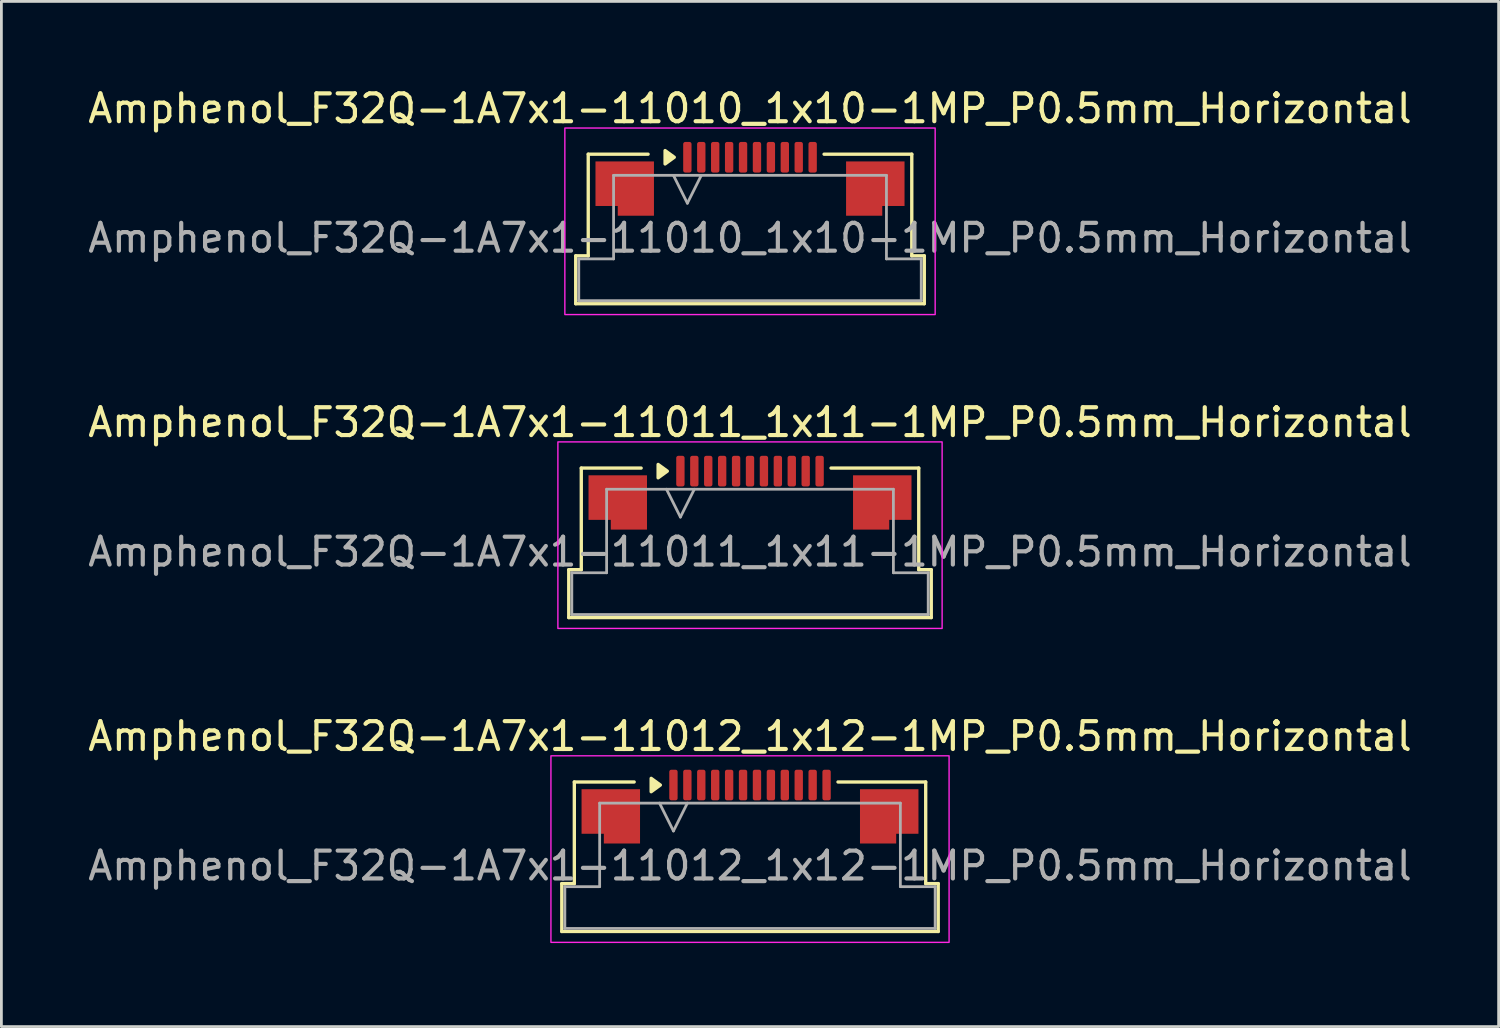
<source format=kicad_pcb>
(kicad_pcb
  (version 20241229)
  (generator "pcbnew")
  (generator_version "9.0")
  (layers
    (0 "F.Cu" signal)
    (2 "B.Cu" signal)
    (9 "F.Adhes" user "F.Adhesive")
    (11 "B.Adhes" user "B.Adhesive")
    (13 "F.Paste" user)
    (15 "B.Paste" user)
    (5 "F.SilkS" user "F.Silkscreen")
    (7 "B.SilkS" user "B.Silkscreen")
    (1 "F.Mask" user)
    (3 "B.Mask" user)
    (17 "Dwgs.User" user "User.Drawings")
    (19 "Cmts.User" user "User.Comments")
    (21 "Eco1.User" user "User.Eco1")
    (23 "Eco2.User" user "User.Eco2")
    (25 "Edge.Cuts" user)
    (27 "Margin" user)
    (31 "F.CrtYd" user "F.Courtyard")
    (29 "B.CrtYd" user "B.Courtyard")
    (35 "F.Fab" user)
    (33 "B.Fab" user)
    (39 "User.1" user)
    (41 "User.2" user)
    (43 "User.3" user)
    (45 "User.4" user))
  (footprint "Amphenol_F32Q-1A7x1-11010_1x10-1MP_P0.5mm_Horizontal"
    (layer "F.Cu")
    (at 23.887 5.498)
    (property "Reference" "Amphenol_F32Q-1A7x1-11010_1x10-1MP_P0.5mm_Horizontal" (at 0 -4.65 0) (layer "F.SilkS") (effects (font (size 1 1) (thickness 0.15))))
    (attr smd)
    (fp_line (start -6.26 0.64) (end -5.81 0.64) (stroke (width 0.12) (type solid)) (layer "F.SilkS"))
    (fp_line (start -6.26 2.36) (end -6.26 0.64) (stroke (width 0.12) (type solid)) (layer "F.SilkS"))
    (fp_line (start -5.81 -3.01) (end -3.66 -3.01) (stroke (width 0.12) (type solid)) (layer "F.SilkS"))
    (fp_line (start -5.81 0.64) (end -5.81 -3.01) (stroke (width 0.12) (type solid)) (layer "F.SilkS"))
    (fp_line (start 2.66 -3.01) (end 5.81 -3.01) (stroke (width 0.12) (type solid)) (layer "F.SilkS"))
    (fp_line (start 5.81 -3.01) (end 5.81 0.64) (stroke (width 0.12) (type solid)) (layer "F.SilkS"))
    (fp_line (start 5.81 0.64) (end 6.26 0.64) (stroke (width 0.12) (type solid)) (layer "F.SilkS"))
    (fp_line (start 6.26 0.64) (end 6.26 2.36) (stroke (width 0.12) (type solid)) (layer "F.SilkS"))
    (fp_line (start 6.26 2.36) (end -6.26 2.36) (stroke (width 0.12) (type solid)) (layer "F.SilkS"))
    (fp_poly (pts (xy -2.72 -2.9) (xy -3.05 -2.66) (xy -3.05 -3.14)) (stroke (width 0.12) (type solid)) (fill yes) (layer "F.SilkS"))
    (fp_rect (start -6.65 -3.95) (end 6.65 2.75) (stroke (width 0.05) (type solid)) (fill no) (layer "F.CrtYd"))
    (fp_line (start -6.15 0.75) (end -4.9 0.75) (stroke (width 0.1) (type solid)) (layer "F.Fab"))
    (fp_line (start -6.15 2.25) (end -6.15 0.75) (stroke (width 0.1) (type solid)) (layer "F.Fab"))
    (fp_line (start -4.9 -2.25) (end 4.9 -2.25) (stroke (width 0.1) (type solid)) (layer "F.Fab"))
    (fp_line (start -4.9 0.75) (end -4.9 -2.25) (stroke (width 0.1) (type solid)) (layer "F.Fab"))
    (fp_line (start -2.75 -2.25) (end -2.25 -1.25) (stroke (width 0.1) (type solid)) (layer "F.Fab"))
    (fp_line (start -2.25 -1.25) (end -1.75 -2.25) (stroke (width 0.1) (type solid)) (layer "F.Fab"))
    (fp_line (start 4.9 -2.25) (end 4.9 0.75) (stroke (width 0.1) (type solid)) (layer "F.Fab"))
    (fp_line (start 4.9 0.75) (end 6.15 0.75) (stroke (width 0.1) (type solid)) (layer "F.Fab"))
    (fp_line (start 6.15 0.75) (end 6.15 2.25) (stroke (width 0.1) (type solid)) (layer "F.Fab"))
    (fp_line (start 6.15 2.25) (end -6.15 2.25) (stroke (width 0.1) (type solid)) (layer "F.Fab"))
    (fp_text user "${REFERENCE}" (at 0 0 0) (layer "F.Fab") (effects (font (size 1 1) (thickness 0.15))))
    (pad "1" smd roundrect (at -2.25 -2.9) (size 0.3 1.1) (layers "F.Cu" "F.Mask" "F.Paste") (roundrect_rratio 0.25))
    (pad "2" smd roundrect (at -1.75 -2.9) (size 0.3 1.1) (layers "F.Cu" "F.Mask" "F.Paste") (roundrect_rratio 0.25))
    (pad "3" smd roundrect (at -1.25 -2.9) (size 0.3 1.1) (layers "F.Cu" "F.Mask" "F.Paste") (roundrect_rratio 0.25))
    (pad "4" smd roundrect (at -0.75 -2.9) (size 0.3 1.1) (layers "F.Cu" "F.Mask" "F.Paste") (roundrect_rratio 0.25))
    (pad "5" smd roundrect (at -0.25 -2.9) (size 0.3 1.1) (layers "F.Cu" "F.Mask" "F.Paste") (roundrect_rratio 0.25))
    (pad "6" smd roundrect (at 0.25 -2.9) (size 0.3 1.1) (layers "F.Cu" "F.Mask" "F.Paste") (roundrect_rratio 0.25))
    (pad "7" smd roundrect (at 0.75 -2.9) (size 0.3 1.1) (layers "F.Cu" "F.Mask" "F.Paste") (roundrect_rratio 0.25))
    (pad "8" smd roundrect (at 1.25 -2.9) (size 0.3 1.1) (layers "F.Cu" "F.Mask" "F.Paste") (roundrect_rratio 0.25))
    (pad "9" smd roundrect (at 1.75 -2.9) (size 0.3 1.1) (layers "F.Cu" "F.Mask" "F.Paste") (roundrect_rratio 0.25))
    (pad "10" smd roundrect (at 2.25 -2.9) (size 0.3 1.1) (layers "F.Cu" "F.Mask" "F.Paste") (roundrect_rratio 0.25))
    (pad "MP" smd custom (at -4.5 -1.775) (size 1 1) (layers "F.Cu" "F.Mask" "F.Paste") (options (anchor circle)) (primitives (gr_poly (pts (xy 1.05 -0.975) (xy 1.05 0.975) (xy -0.25 0.975) (xy -0.25 0.625) (xy -1.05 0.625) (xy -1.05 -0.975)) (width 0) (fill yes))))
    (pad "MP" smd custom (at 4.5 -1.775) (size 1 1) (layers "F.Cu" "F.Mask" "F.Paste") (options (anchor circle)) (primitives (gr_poly (pts (xy -1.05 -0.975) (xy -1.05 0.975) (xy 0.25 0.975) (xy 0.25 0.625) (xy 1.05 0.625) (xy 1.05 -0.975)) (width 0) (fill yes)))))
  (footprint "Amphenol_F32Q-1A7x1-11011_1x11-1MP_P0.5mm_Horizontal"
    (layer "F.Cu")
    (at 23.887 16.771)
    (property "Reference" "Amphenol_F32Q-1A7x1-11011_1x11-1MP_P0.5mm_Horizontal" (at 0 -4.65 0) (layer "F.SilkS") (effects (font (size 1 1) (thickness 0.15))))
    (attr smd)
    (fp_line (start -6.51 0.64) (end -6.06 0.64) (stroke (width 0.12) (type solid)) (layer "F.SilkS"))
    (fp_line (start -6.51 2.36) (end -6.51 0.64) (stroke (width 0.12) (type solid)) (layer "F.SilkS"))
    (fp_line (start -6.06 -3.01) (end -3.91 -3.01) (stroke (width 0.12) (type solid)) (layer "F.SilkS"))
    (fp_line (start -6.06 0.64) (end -6.06 -3.01) (stroke (width 0.12) (type solid)) (layer "F.SilkS"))
    (fp_line (start 2.91 -3.01) (end 6.06 -3.01) (stroke (width 0.12) (type solid)) (layer "F.SilkS"))
    (fp_line (start 6.06 -3.01) (end 6.06 0.64) (stroke (width 0.12) (type solid)) (layer "F.SilkS"))
    (fp_line (start 6.06 0.64) (end 6.51 0.64) (stroke (width 0.12) (type solid)) (layer "F.SilkS"))
    (fp_line (start 6.51 0.64) (end 6.51 2.36) (stroke (width 0.12) (type solid)) (layer "F.SilkS"))
    (fp_line (start 6.51 2.36) (end -6.51 2.36) (stroke (width 0.12) (type solid)) (layer "F.SilkS"))
    (fp_poly (pts (xy -2.97 -2.9) (xy -3.3 -2.66) (xy -3.3 -3.14)) (stroke (width 0.12) (type solid)) (fill yes) (layer "F.SilkS"))
    (fp_rect (start -6.9 -3.95) (end 6.9 2.75) (stroke (width 0.05) (type solid)) (fill no) (layer "F.CrtYd"))
    (fp_line (start -6.4 0.75) (end -5.15 0.75) (stroke (width 0.1) (type solid)) (layer "F.Fab"))
    (fp_line (start -6.4 2.25) (end -6.4 0.75) (stroke (width 0.1) (type solid)) (layer "F.Fab"))
    (fp_line (start -5.15 -2.25) (end 5.15 -2.25) (stroke (width 0.1) (type solid)) (layer "F.Fab"))
    (fp_line (start -5.15 0.75) (end -5.15 -2.25) (stroke (width 0.1) (type solid)) (layer "F.Fab"))
    (fp_line (start -3 -2.25) (end -2.5 -1.25) (stroke (width 0.1) (type solid)) (layer "F.Fab"))
    (fp_line (start -2.5 -1.25) (end -2 -2.25) (stroke (width 0.1) (type solid)) (layer "F.Fab"))
    (fp_line (start 5.15 -2.25) (end 5.15 0.75) (stroke (width 0.1) (type solid)) (layer "F.Fab"))
    (fp_line (start 5.15 0.75) (end 6.4 0.75) (stroke (width 0.1) (type solid)) (layer "F.Fab"))
    (fp_line (start 6.4 0.75) (end 6.4 2.25) (stroke (width 0.1) (type solid)) (layer "F.Fab"))
    (fp_line (start 6.4 2.25) (end -6.4 2.25) (stroke (width 0.1) (type solid)) (layer "F.Fab"))
    (fp_text user "${REFERENCE}" (at 0 0 0) (layer "F.Fab") (effects (font (size 1 1) (thickness 0.15))))
    (pad "1" smd roundrect (at -2.5 -2.9) (size 0.3 1.1) (layers "F.Cu" "F.Mask" "F.Paste") (roundrect_rratio 0.25))
    (pad "2" smd roundrect (at -2 -2.9) (size 0.3 1.1) (layers "F.Cu" "F.Mask" "F.Paste") (roundrect_rratio 0.25))
    (pad "3" smd roundrect (at -1.5 -2.9) (size 0.3 1.1) (layers "F.Cu" "F.Mask" "F.Paste") (roundrect_rratio 0.25))
    (pad "4" smd roundrect (at -1 -2.9) (size 0.3 1.1) (layers "F.Cu" "F.Mask" "F.Paste") (roundrect_rratio 0.25))
    (pad "5" smd roundrect (at -0.5 -2.9) (size 0.3 1.1) (layers "F.Cu" "F.Mask" "F.Paste") (roundrect_rratio 0.25))
    (pad "6" smd roundrect (at 0 -2.9) (size 0.3 1.1) (layers "F.Cu" "F.Mask" "F.Paste") (roundrect_rratio 0.25))
    (pad "7" smd roundrect (at 0.5 -2.9) (size 0.3 1.1) (layers "F.Cu" "F.Mask" "F.Paste") (roundrect_rratio 0.25))
    (pad "8" smd roundrect (at 1 -2.9) (size 0.3 1.1) (layers "F.Cu" "F.Mask" "F.Paste") (roundrect_rratio 0.25))
    (pad "9" smd roundrect (at 1.5 -2.9) (size 0.3 1.1) (layers "F.Cu" "F.Mask" "F.Paste") (roundrect_rratio 0.25))
    (pad "10" smd roundrect (at 2 -2.9) (size 0.3 1.1) (layers "F.Cu" "F.Mask" "F.Paste") (roundrect_rratio 0.25))
    (pad "11" smd roundrect (at 2.5 -2.9) (size 0.3 1.1) (layers "F.Cu" "F.Mask" "F.Paste") (roundrect_rratio 0.25))
    (pad "MP" smd custom (at -4.75 -1.775) (size 1 1) (layers "F.Cu" "F.Mask" "F.Paste") (options (anchor circle)) (primitives (gr_poly (pts (xy 1.05 -0.975) (xy 1.05 0.975) (xy -0.25 0.975) (xy -0.25 0.625) (xy -1.05 0.625) (xy -1.05 -0.975)) (width 0) (fill yes))))
    (pad "MP" smd custom (at 4.75 -1.775) (size 1 1) (layers "F.Cu" "F.Mask" "F.Paste") (options (anchor circle)) (primitives (gr_poly (pts (xy -1.05 -0.975) (xy -1.05 0.975) (xy 0.25 0.975) (xy 0.25 0.625) (xy 1.05 0.625) (xy 1.05 -0.975)) (width 0) (fill yes)))))
  (footprint "Amphenol_F32Q-1A7x1-11012_1x12-1MP_P0.5mm_Horizontal"
    (layer "F.Cu")
    (at 23.887 28.045)
    (property "Reference" "Amphenol_F32Q-1A7x1-11012_1x12-1MP_P0.5mm_Horizontal" (at 0 -4.65 0) (layer "F.SilkS") (effects (font (size 1 1) (thickness 0.15))))
    (attr smd)
    (fp_line (start -6.76 0.64) (end -6.31 0.64) (stroke (width 0.12) (type solid)) (layer "F.SilkS"))
    (fp_line (start -6.76 2.36) (end -6.76 0.64) (stroke (width 0.12) (type solid)) (layer "F.SilkS"))
    (fp_line (start -6.31 -3.01) (end -4.16 -3.01) (stroke (width 0.12) (type solid)) (layer "F.SilkS"))
    (fp_line (start -6.31 0.64) (end -6.31 -3.01) (stroke (width 0.12) (type solid)) (layer "F.SilkS"))
    (fp_line (start 3.16 -3.01) (end 6.31 -3.01) (stroke (width 0.12) (type solid)) (layer "F.SilkS"))
    (fp_line (start 6.31 -3.01) (end 6.31 0.64) (stroke (width 0.12) (type solid)) (layer "F.SilkS"))
    (fp_line (start 6.31 0.64) (end 6.76 0.64) (stroke (width 0.12) (type solid)) (layer "F.SilkS"))
    (fp_line (start 6.76 0.64) (end 6.76 2.36) (stroke (width 0.12) (type solid)) (layer "F.SilkS"))
    (fp_line (start 6.76 2.36) (end -6.76 2.36) (stroke (width 0.12) (type solid)) (layer "F.SilkS"))
    (fp_poly (pts (xy -3.22 -2.9) (xy -3.55 -2.66) (xy -3.55 -3.14)) (stroke (width 0.12) (type solid)) (fill yes) (layer "F.SilkS"))
    (fp_rect (start -7.15 -3.95) (end 7.15 2.75) (stroke (width 0.05) (type solid)) (fill no) (layer "F.CrtYd"))
    (fp_line (start -6.65 0.75) (end -5.4 0.75) (stroke (width 0.1) (type solid)) (layer "F.Fab"))
    (fp_line (start -6.65 2.25) (end -6.65 0.75) (stroke (width 0.1) (type solid)) (layer "F.Fab"))
    (fp_line (start -5.4 -2.25) (end 5.4 -2.25) (stroke (width 0.1) (type solid)) (layer "F.Fab"))
    (fp_line (start -5.4 0.75) (end -5.4 -2.25) (stroke (width 0.1) (type solid)) (layer "F.Fab"))
    (fp_line (start -3.25 -2.25) (end -2.75 -1.25) (stroke (width 0.1) (type solid)) (layer "F.Fab"))
    (fp_line (start -2.75 -1.25) (end -2.25 -2.25) (stroke (width 0.1) (type solid)) (layer "F.Fab"))
    (fp_line (start 5.4 -2.25) (end 5.4 0.75) (stroke (width 0.1) (type solid)) (layer "F.Fab"))
    (fp_line (start 5.4 0.75) (end 6.65 0.75) (stroke (width 0.1) (type solid)) (layer "F.Fab"))
    (fp_line (start 6.65 0.75) (end 6.65 2.25) (stroke (width 0.1) (type solid)) (layer "F.Fab"))
    (fp_line (start 6.65 2.25) (end -6.65 2.25) (stroke (width 0.1) (type solid)) (layer "F.Fab"))
    (fp_text user "${REFERENCE}" (at 0 0 0) (layer "F.Fab") (effects (font (size 1 1) (thickness 0.15))))
    (pad "1" smd roundrect (at -2.75 -2.9) (size 0.3 1.1) (layers "F.Cu" "F.Mask" "F.Paste") (roundrect_rratio 0.25))
    (pad "2" smd roundrect (at -2.25 -2.9) (size 0.3 1.1) (layers "F.Cu" "F.Mask" "F.Paste") (roundrect_rratio 0.25))
    (pad "3" smd roundrect (at -1.75 -2.9) (size 0.3 1.1) (layers "F.Cu" "F.Mask" "F.Paste") (roundrect_rratio 0.25))
    (pad "4" smd roundrect (at -1.25 -2.9) (size 0.3 1.1) (layers "F.Cu" "F.Mask" "F.Paste") (roundrect_rratio 0.25))
    (pad "5" smd roundrect (at -0.75 -2.9) (size 0.3 1.1) (layers "F.Cu" "F.Mask" "F.Paste") (roundrect_rratio 0.25))
    (pad "6" smd roundrect (at -0.25 -2.9) (size 0.3 1.1) (layers "F.Cu" "F.Mask" "F.Paste") (roundrect_rratio 0.25))
    (pad "7" smd roundrect (at 0.25 -2.9) (size 0.3 1.1) (layers "F.Cu" "F.Mask" "F.Paste") (roundrect_rratio 0.25))
    (pad "8" smd roundrect (at 0.75 -2.9) (size 0.3 1.1) (layers "F.Cu" "F.Mask" "F.Paste") (roundrect_rratio 0.25))
    (pad "9" smd roundrect (at 1.25 -2.9) (size 0.3 1.1) (layers "F.Cu" "F.Mask" "F.Paste") (roundrect_rratio 0.25))
    (pad "10" smd roundrect (at 1.75 -2.9) (size 0.3 1.1) (layers "F.Cu" "F.Mask" "F.Paste") (roundrect_rratio 0.25))
    (pad "11" smd roundrect (at 2.25 -2.9) (size 0.3 1.1) (layers "F.Cu" "F.Mask" "F.Paste") (roundrect_rratio 0.25))
    (pad "12" smd roundrect (at 2.75 -2.9) (size 0.3 1.1) (layers "F.Cu" "F.Mask" "F.Paste") (roundrect_rratio 0.25))
    (pad "MP" smd custom (at -5 -1.775) (size 1 1) (layers "F.Cu" "F.Mask" "F.Paste") (options (anchor circle)) (primitives (gr_poly (pts (xy 1.05 -0.975) (xy 1.05 0.975) (xy -0.25 0.975) (xy -0.25 0.625) (xy -1.05 0.625) (xy -1.05 -0.975)) (width 0) (fill yes))))
    (pad "MP" smd custom (at 5 -1.775) (size 1 1) (layers "F.Cu" "F.Mask" "F.Paste") (options (anchor circle)) (primitives (gr_poly (pts (xy -1.05 -0.975) (xy -1.05 0.975) (xy 0.25 0.975) (xy 0.25 0.625) (xy 1.05 0.625) (xy 1.05 -0.975)) (width 0) (fill yes)))))
  (gr_rect
    (start -3 -3)
    (end 50.774 33.82)
    (stroke (width 0.1) (type default))
    (fill no)
    (layer "Edge.Cuts")))
</source>
